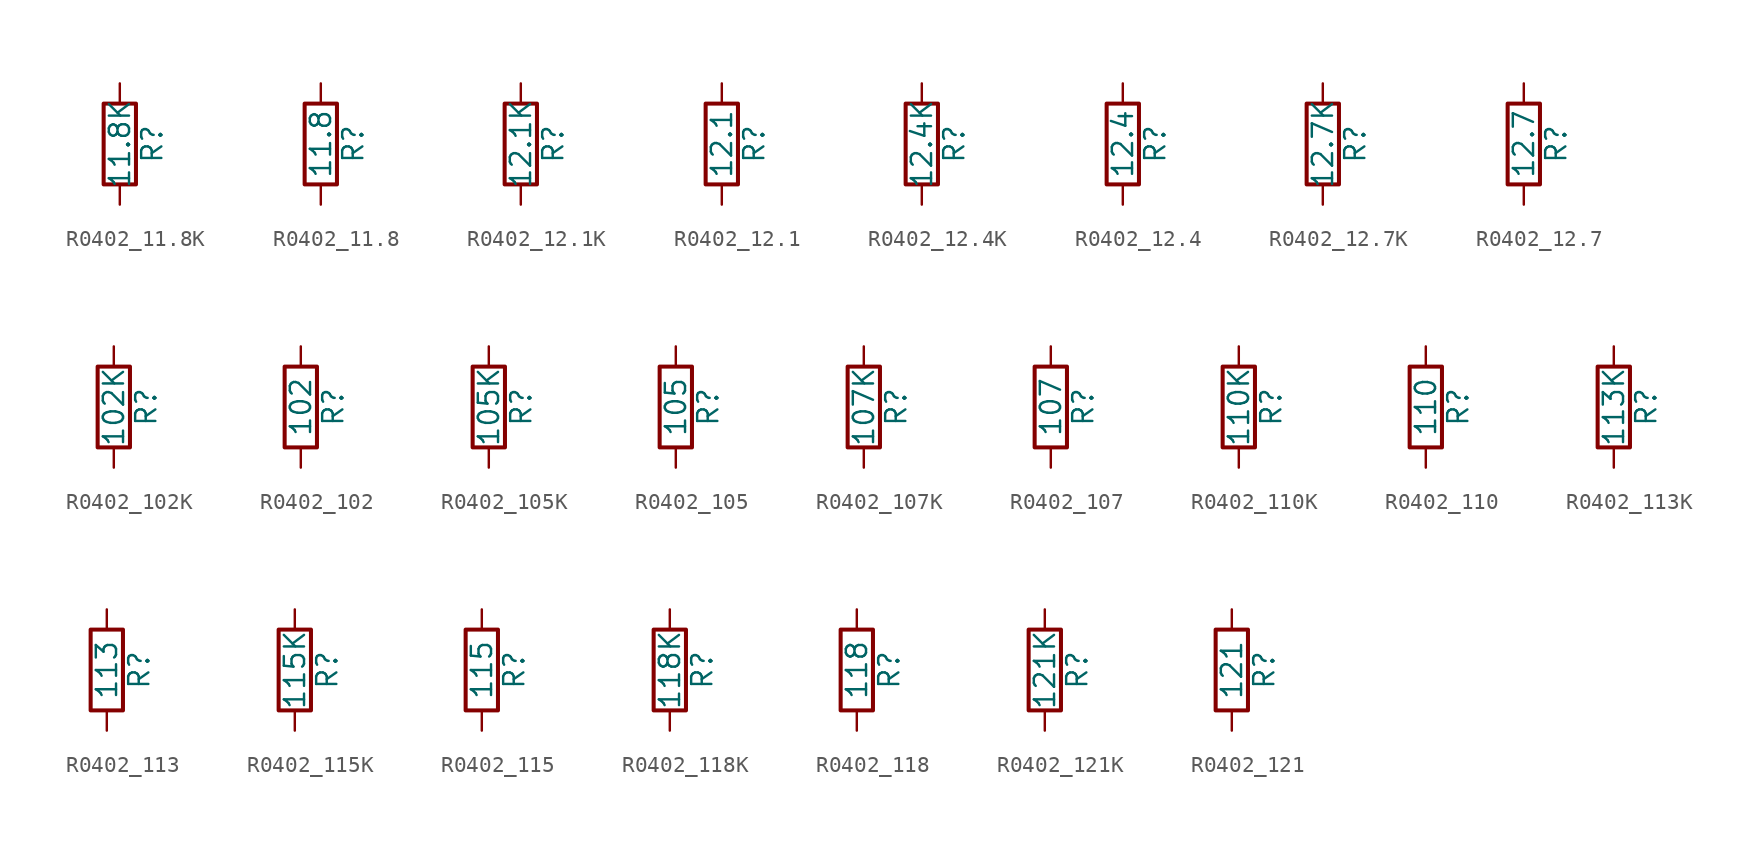
<source format=kicad_sym>
(kicad_symbol_lib
  (version 20211014)
  (generator atlantix-eda)
  (symbol "R0402_11.8K"
    (pin_numbers hide)
    (pin_names
      (offset 0))
    (property "Reference" "R"
      (at 2.032 0 90)
      (effects (font (size 1.27 1.27))))
    (property "Value" "11.8K"
      (at 0 0 90)
      (effects (font (size 1.27 1.27))))
    (symbol "R0402_11.8K_0_1"
      (rectangle (start -1.016 -2.54) (end 1.016 2.54) (stroke (width 0.254) (type default) (color 0 0 0 0)) (fill (type none))))
    (symbol "R0402_11.8K_1_1"
      (pin passive line (at 0 3.81 270) (length 1.27) (name "~" (effects (font (size 1.27 1.27)))) (number "1" (effects (font (size 1.27 1.27)))))
      (pin passive line (at 0 -3.81 90) (length 1.27) (name "~" (effects (font (size 1.27 1.27)))) (number "2" (effects (font (size 1.27 1.27)))))))
  (symbol "R0402_11.8"
    (pin_numbers hide)
    (pin_names
      (offset 0))
    (property "Reference" "R"
      (at 2.032 0 90)
      (effects (font (size 1.27 1.27))))
    (property "Value" "11.8"
      (at 0 0 90)
      (effects (font (size 1.27 1.27))))
    (symbol "R0402_11.8_0_1"
      (rectangle (start -1.016 -2.54) (end 1.016 2.54) (stroke (width 0.254) (type default) (color 0 0 0 0)) (fill (type none))))
    (symbol "R0402_11.8_1_1"
      (pin passive line (at 0 3.81 270) (length 1.27) (name "~" (effects (font (size 1.27 1.27)))) (number "1" (effects (font (size 1.27 1.27)))))
      (pin passive line (at 0 -3.81 90) (length 1.27) (name "~" (effects (font (size 1.27 1.27)))) (number "2" (effects (font (size 1.27 1.27)))))))
  (symbol "R0402_12.1K"
    (pin_numbers hide)
    (pin_names
      (offset 0))
    (property "Reference" "R"
      (at 2.032 0 90)
      (effects (font (size 1.27 1.27))))
    (property "Value" "12.1K"
      (at 0 0 90)
      (effects (font (size 1.27 1.27))))
    (symbol "R0402_12.1K_0_1"
      (rectangle (start -1.016 -2.54) (end 1.016 2.54) (stroke (width 0.254) (type default) (color 0 0 0 0)) (fill (type none))))
    (symbol "R0402_12.1K_1_1"
      (pin passive line (at 0 3.81 270) (length 1.27) (name "~" (effects (font (size 1.27 1.27)))) (number "1" (effects (font (size 1.27 1.27)))))
      (pin passive line (at 0 -3.81 90) (length 1.27) (name "~" (effects (font (size 1.27 1.27)))) (number "2" (effects (font (size 1.27 1.27)))))))
  (symbol "R0402_12.1"
    (pin_numbers hide)
    (pin_names
      (offset 0))
    (property "Reference" "R"
      (at 2.032 0 90)
      (effects (font (size 1.27 1.27))))
    (property "Value" "12.1"
      (at 0 0 90)
      (effects (font (size 1.27 1.27))))
    (symbol "R0402_12.1_0_1"
      (rectangle (start -1.016 -2.54) (end 1.016 2.54) (stroke (width 0.254) (type default) (color 0 0 0 0)) (fill (type none))))
    (symbol "R0402_12.1_1_1"
      (pin passive line (at 0 3.81 270) (length 1.27) (name "~" (effects (font (size 1.27 1.27)))) (number "1" (effects (font (size 1.27 1.27)))))
      (pin passive line (at 0 -3.81 90) (length 1.27) (name "~" (effects (font (size 1.27 1.27)))) (number "2" (effects (font (size 1.27 1.27)))))))
  (symbol "R0402_12.4K"
    (pin_numbers hide)
    (pin_names
      (offset 0))
    (property "Reference" "R"
      (at 2.032 0 90)
      (effects (font (size 1.27 1.27))))
    (property "Value" "12.4K"
      (at 0 0 90)
      (effects (font (size 1.27 1.27))))
    (symbol "R0402_12.4K_0_1"
      (rectangle (start -1.016 -2.54) (end 1.016 2.54) (stroke (width 0.254) (type default) (color 0 0 0 0)) (fill (type none))))
    (symbol "R0402_12.4K_1_1"
      (pin passive line (at 0 3.81 270) (length 1.27) (name "~" (effects (font (size 1.27 1.27)))) (number "1" (effects (font (size 1.27 1.27)))))
      (pin passive line (at 0 -3.81 90) (length 1.27) (name "~" (effects (font (size 1.27 1.27)))) (number "2" (effects (font (size 1.27 1.27)))))))
  (symbol "R0402_12.4"
    (pin_numbers hide)
    (pin_names
      (offset 0))
    (property "Reference" "R"
      (at 2.032 0 90)
      (effects (font (size 1.27 1.27))))
    (property "Value" "12.4"
      (at 0 0 90)
      (effects (font (size 1.27 1.27))))
    (symbol "R0402_12.4_0_1"
      (rectangle (start -1.016 -2.54) (end 1.016 2.54) (stroke (width 0.254) (type default) (color 0 0 0 0)) (fill (type none))))
    (symbol "R0402_12.4_1_1"
      (pin passive line (at 0 3.81 270) (length 1.27) (name "~" (effects (font (size 1.27 1.27)))) (number "1" (effects (font (size 1.27 1.27)))))
      (pin passive line (at 0 -3.81 90) (length 1.27) (name "~" (effects (font (size 1.27 1.27)))) (number "2" (effects (font (size 1.27 1.27)))))))
  (symbol "R0402_12.7K"
    (pin_numbers hide)
    (pin_names
      (offset 0))
    (property "Reference" "R"
      (at 2.032 0 90)
      (effects (font (size 1.27 1.27))))
    (property "Value" "12.7K"
      (at 0 0 90)
      (effects (font (size 1.27 1.27))))
    (symbol "R0402_12.7K_0_1"
      (rectangle (start -1.016 -2.54) (end 1.016 2.54) (stroke (width 0.254) (type default) (color 0 0 0 0)) (fill (type none))))
    (symbol "R0402_12.7K_1_1"
      (pin passive line (at 0 3.81 270) (length 1.27) (name "~" (effects (font (size 1.27 1.27)))) (number "1" (effects (font (size 1.27 1.27)))))
      (pin passive line (at 0 -3.81 90) (length 1.27) (name "~" (effects (font (size 1.27 1.27)))) (number "2" (effects (font (size 1.27 1.27)))))))
  (symbol "R0402_12.7"
    (pin_numbers hide)
    (pin_names
      (offset 0))
    (property "Reference" "R"
      (at 2.032 0 90)
      (effects (font (size 1.27 1.27))))
    (property "Value" "12.7"
      (at 0 0 90)
      (effects (font (size 1.27 1.27))))
    (symbol "R0402_12.7_0_1"
      (rectangle (start -1.016 -2.54) (end 1.016 2.54) (stroke (width 0.254) (type default) (color 0 0 0 0)) (fill (type none))))
    (symbol "R0402_12.7_1_1"
      (pin passive line (at 0 3.81 270) (length 1.27) (name "~" (effects (font (size 1.27 1.27)))) (number "1" (effects (font (size 1.27 1.27)))))
      (pin passive line (at 0 -3.81 90) (length 1.27) (name "~" (effects (font (size 1.27 1.27)))) (number "2" (effects (font (size 1.27 1.27)))))))
  (symbol "R0402_102K"
    (pin_numbers hide)
    (pin_names
      (offset 0))
    (property "Reference" "R"
      (at 2.032 0 90)
      (effects (font (size 1.27 1.27))))
    (property "Value" "102K"
      (at 0 0 90)
      (effects (font (size 1.27 1.27))))
    (symbol "R0402_102K_0_1"
      (rectangle (start -1.016 -2.54) (end 1.016 2.54) (stroke (width 0.254) (type default) (color 0 0 0 0)) (fill (type none))))
    (symbol "R0402_102K_1_1"
      (pin passive line (at 0 3.81 270) (length 1.27) (name "~" (effects (font (size 1.27 1.27)))) (number "1" (effects (font (size 1.27 1.27)))))
      (pin passive line (at 0 -3.81 90) (length 1.27) (name "~" (effects (font (size 1.27 1.27)))) (number "2" (effects (font (size 1.27 1.27)))))))
  (symbol "R0402_102"
    (pin_numbers hide)
    (pin_names
      (offset 0))
    (property "Reference" "R"
      (at 2.032 0 90)
      (effects (font (size 1.27 1.27))))
    (property "Value" "102"
      (at 0 0 90)
      (effects (font (size 1.27 1.27))))
    (symbol "R0402_102_0_1"
      (rectangle (start -1.016 -2.54) (end 1.016 2.54) (stroke (width 0.254) (type default) (color 0 0 0 0)) (fill (type none))))
    (symbol "R0402_102_1_1"
      (pin passive line (at 0 3.81 270) (length 1.27) (name "~" (effects (font (size 1.27 1.27)))) (number "1" (effects (font (size 1.27 1.27)))))
      (pin passive line (at 0 -3.81 90) (length 1.27) (name "~" (effects (font (size 1.27 1.27)))) (number "2" (effects (font (size 1.27 1.27)))))))
  (symbol "R0402_105K"
    (pin_numbers hide)
    (pin_names
      (offset 0))
    (property "Reference" "R"
      (at 2.032 0 90)
      (effects (font (size 1.27 1.27))))
    (property "Value" "105K"
      (at 0 0 90)
      (effects (font (size 1.27 1.27))))
    (symbol "R0402_105K_0_1"
      (rectangle (start -1.016 -2.54) (end 1.016 2.54) (stroke (width 0.254) (type default) (color 0 0 0 0)) (fill (type none))))
    (symbol "R0402_105K_1_1"
      (pin passive line (at 0 3.81 270) (length 1.27) (name "~" (effects (font (size 1.27 1.27)))) (number "1" (effects (font (size 1.27 1.27)))))
      (pin passive line (at 0 -3.81 90) (length 1.27) (name "~" (effects (font (size 1.27 1.27)))) (number "2" (effects (font (size 1.27 1.27)))))))
  (symbol "R0402_105"
    (pin_numbers hide)
    (pin_names
      (offset 0))
    (property "Reference" "R"
      (at 2.032 0 90)
      (effects (font (size 1.27 1.27))))
    (property "Value" "105"
      (at 0 0 90)
      (effects (font (size 1.27 1.27))))
    (symbol "R0402_105_0_1"
      (rectangle (start -1.016 -2.54) (end 1.016 2.54) (stroke (width 0.254) (type default) (color 0 0 0 0)) (fill (type none))))
    (symbol "R0402_105_1_1"
      (pin passive line (at 0 3.81 270) (length 1.27) (name "~" (effects (font (size 1.27 1.27)))) (number "1" (effects (font (size 1.27 1.27)))))
      (pin passive line (at 0 -3.81 90) (length 1.27) (name "~" (effects (font (size 1.27 1.27)))) (number "2" (effects (font (size 1.27 1.27)))))))
  (symbol "R0402_107K"
    (pin_numbers hide)
    (pin_names
      (offset 0))
    (property "Reference" "R"
      (at 2.032 0 90)
      (effects (font (size 1.27 1.27))))
    (property "Value" "107K"
      (at 0 0 90)
      (effects (font (size 1.27 1.27))))
    (symbol "R0402_107K_0_1"
      (rectangle (start -1.016 -2.54) (end 1.016 2.54) (stroke (width 0.254) (type default) (color 0 0 0 0)) (fill (type none))))
    (symbol "R0402_107K_1_1"
      (pin passive line (at 0 3.81 270) (length 1.27) (name "~" (effects (font (size 1.27 1.27)))) (number "1" (effects (font (size 1.27 1.27)))))
      (pin passive line (at 0 -3.81 90) (length 1.27) (name "~" (effects (font (size 1.27 1.27)))) (number "2" (effects (font (size 1.27 1.27)))))))
  (symbol "R0402_107"
    (pin_numbers hide)
    (pin_names
      (offset 0))
    (property "Reference" "R"
      (at 2.032 0 90)
      (effects (font (size 1.27 1.27))))
    (property "Value" "107"
      (at 0 0 90)
      (effects (font (size 1.27 1.27))))
    (symbol "R0402_107_0_1"
      (rectangle (start -1.016 -2.54) (end 1.016 2.54) (stroke (width 0.254) (type default) (color 0 0 0 0)) (fill (type none))))
    (symbol "R0402_107_1_1"
      (pin passive line (at 0 3.81 270) (length 1.27) (name "~" (effects (font (size 1.27 1.27)))) (number "1" (effects (font (size 1.27 1.27)))))
      (pin passive line (at 0 -3.81 90) (length 1.27) (name "~" (effects (font (size 1.27 1.27)))) (number "2" (effects (font (size 1.27 1.27)))))))
  (symbol "R0402_110K"
    (pin_numbers hide)
    (pin_names
      (offset 0))
    (property "Reference" "R"
      (at 2.032 0 90)
      (effects (font (size 1.27 1.27))))
    (property "Value" "110K"
      (at 0 0 90)
      (effects (font (size 1.27 1.27))))
    (symbol "R0402_110K_0_1"
      (rectangle (start -1.016 -2.54) (end 1.016 2.54) (stroke (width 0.254) (type default) (color 0 0 0 0)) (fill (type none))))
    (symbol "R0402_110K_1_1"
      (pin passive line (at 0 3.81 270) (length 1.27) (name "~" (effects (font (size 1.27 1.27)))) (number "1" (effects (font (size 1.27 1.27)))))
      (pin passive line (at 0 -3.81 90) (length 1.27) (name "~" (effects (font (size 1.27 1.27)))) (number "2" (effects (font (size 1.27 1.27)))))))
  (symbol "R0402_110"
    (pin_numbers hide)
    (pin_names
      (offset 0))
    (property "Reference" "R"
      (at 2.032 0 90)
      (effects (font (size 1.27 1.27))))
    (property "Value" "110"
      (at 0 0 90)
      (effects (font (size 1.27 1.27))))
    (symbol "R0402_110_0_1"
      (rectangle (start -1.016 -2.54) (end 1.016 2.54) (stroke (width 0.254) (type default) (color 0 0 0 0)) (fill (type none))))
    (symbol "R0402_110_1_1"
      (pin passive line (at 0 3.81 270) (length 1.27) (name "~" (effects (font (size 1.27 1.27)))) (number "1" (effects (font (size 1.27 1.27)))))
      (pin passive line (at 0 -3.81 90) (length 1.27) (name "~" (effects (font (size 1.27 1.27)))) (number "2" (effects (font (size 1.27 1.27)))))))
  (symbol "R0402_113K"
    (pin_numbers hide)
    (pin_names
      (offset 0))
    (property "Reference" "R"
      (at 2.032 0 90)
      (effects (font (size 1.27 1.27))))
    (property "Value" "113K"
      (at 0 0 90)
      (effects (font (size 1.27 1.27))))
    (symbol "R0402_113K_0_1"
      (rectangle (start -1.016 -2.54) (end 1.016 2.54) (stroke (width 0.254) (type default) (color 0 0 0 0)) (fill (type none))))
    (symbol "R0402_113K_1_1"
      (pin passive line (at 0 3.81 270) (length 1.27) (name "~" (effects (font (size 1.27 1.27)))) (number "1" (effects (font (size 1.27 1.27)))))
      (pin passive line (at 0 -3.81 90) (length 1.27) (name "~" (effects (font (size 1.27 1.27)))) (number "2" (effects (font (size 1.27 1.27)))))))
  (symbol "R0402_113"
    (pin_numbers hide)
    (pin_names
      (offset 0))
    (property "Reference" "R"
      (at 2.032 0 90)
      (effects (font (size 1.27 1.27))))
    (property "Value" "113"
      (at 0 0 90)
      (effects (font (size 1.27 1.27))))
    (symbol "R0402_113_0_1"
      (rectangle (start -1.016 -2.54) (end 1.016 2.54) (stroke (width 0.254) (type default) (color 0 0 0 0)) (fill (type none))))
    (symbol "R0402_113_1_1"
      (pin passive line (at 0 3.81 270) (length 1.27) (name "~" (effects (font (size 1.27 1.27)))) (number "1" (effects (font (size 1.27 1.27)))))
      (pin passive line (at 0 -3.81 90) (length 1.27) (name "~" (effects (font (size 1.27 1.27)))) (number "2" (effects (font (size 1.27 1.27)))))))
  (symbol "R0402_115K"
    (pin_numbers hide)
    (pin_names
      (offset 0))
    (property "Reference" "R"
      (at 2.032 0 90)
      (effects (font (size 1.27 1.27))))
    (property "Value" "115K"
      (at 0 0 90)
      (effects (font (size 1.27 1.27))))
    (symbol "R0402_115K_0_1"
      (rectangle (start -1.016 -2.54) (end 1.016 2.54) (stroke (width 0.254) (type default) (color 0 0 0 0)) (fill (type none))))
    (symbol "R0402_115K_1_1"
      (pin passive line (at 0 3.81 270) (length 1.27) (name "~" (effects (font (size 1.27 1.27)))) (number "1" (effects (font (size 1.27 1.27)))))
      (pin passive line (at 0 -3.81 90) (length 1.27) (name "~" (effects (font (size 1.27 1.27)))) (number "2" (effects (font (size 1.27 1.27)))))))
  (symbol "R0402_115"
    (pin_numbers hide)
    (pin_names
      (offset 0))
    (property "Reference" "R"
      (at 2.032 0 90)
      (effects (font (size 1.27 1.27))))
    (property "Value" "115"
      (at 0 0 90)
      (effects (font (size 1.27 1.27))))
    (symbol "R0402_115_0_1"
      (rectangle (start -1.016 -2.54) (end 1.016 2.54) (stroke (width 0.254) (type default) (color 0 0 0 0)) (fill (type none))))
    (symbol "R0402_115_1_1"
      (pin passive line (at 0 3.81 270) (length 1.27) (name "~" (effects (font (size 1.27 1.27)))) (number "1" (effects (font (size 1.27 1.27)))))
      (pin passive line (at 0 -3.81 90) (length 1.27) (name "~" (effects (font (size 1.27 1.27)))) (number "2" (effects (font (size 1.27 1.27)))))))
  (symbol "R0402_118K"
    (pin_numbers hide)
    (pin_names
      (offset 0))
    (property "Reference" "R"
      (at 2.032 0 90)
      (effects (font (size 1.27 1.27))))
    (property "Value" "118K"
      (at 0 0 90)
      (effects (font (size 1.27 1.27))))
    (symbol "R0402_118K_0_1"
      (rectangle (start -1.016 -2.54) (end 1.016 2.54) (stroke (width 0.254) (type default) (color 0 0 0 0)) (fill (type none))))
    (symbol "R0402_118K_1_1"
      (pin passive line (at 0 3.81 270) (length 1.27) (name "~" (effects (font (size 1.27 1.27)))) (number "1" (effects (font (size 1.27 1.27)))))
      (pin passive line (at 0 -3.81 90) (length 1.27) (name "~" (effects (font (size 1.27 1.27)))) (number "2" (effects (font (size 1.27 1.27)))))))
  (symbol "R0402_118"
    (pin_numbers hide)
    (pin_names
      (offset 0))
    (property "Reference" "R"
      (at 2.032 0 90)
      (effects (font (size 1.27 1.27))))
    (property "Value" "118"
      (at 0 0 90)
      (effects (font (size 1.27 1.27))))
    (symbol "R0402_118_0_1"
      (rectangle (start -1.016 -2.54) (end 1.016 2.54) (stroke (width 0.254) (type default) (color 0 0 0 0)) (fill (type none))))
    (symbol "R0402_118_1_1"
      (pin passive line (at 0 3.81 270) (length 1.27) (name "~" (effects (font (size 1.27 1.27)))) (number "1" (effects (font (size 1.27 1.27)))))
      (pin passive line (at 0 -3.81 90) (length 1.27) (name "~" (effects (font (size 1.27 1.27)))) (number "2" (effects (font (size 1.27 1.27)))))))
  (symbol "R0402_121K"
    (pin_numbers hide)
    (pin_names
      (offset 0))
    (property "Reference" "R"
      (at 2.032 0 90)
      (effects (font (size 1.27 1.27))))
    (property "Value" "121K"
      (at 0 0 90)
      (effects (font (size 1.27 1.27))))
    (symbol "R0402_121K_0_1"
      (rectangle (start -1.016 -2.54) (end 1.016 2.54) (stroke (width 0.254) (type default) (color 0 0 0 0)) (fill (type none))))
    (symbol "R0402_121K_1_1"
      (pin passive line (at 0 3.81 270) (length 1.27) (name "~" (effects (font (size 1.27 1.27)))) (number "1" (effects (font (size 1.27 1.27)))))
      (pin passive line (at 0 -3.81 90) (length 1.27) (name "~" (effects (font (size 1.27 1.27)))) (number "2" (effects (font (size 1.27 1.27)))))))
  (symbol "R0402_121"
    (pin_numbers hide)
    (pin_names
      (offset 0))
    (property "Reference" "R"
      (at 2.032 0 90)
      (effects (font (size 1.27 1.27))))
    (property "Value" "121"
      (at 0 0 90)
      (effects (font (size 1.27 1.27))))
    (symbol "R0402_121_0_1"
      (rectangle (start -1.016 -2.54) (end 1.016 2.54) (stroke (width 0.254) (type default) (color 0 0 0 0)) (fill (type none))))
    (symbol "R0402_121_1_1"
      (pin passive line (at 0 3.81 270) (length 1.27) (name "~" (effects (font (size 1.27 1.27)))) (number "1" (effects (font (size 1.27 1.27)))))
      (pin passive line (at 0 -3.81 90) (length 1.27) (name "~" (effects (font (size 1.27 1.27)))) (number "2" (effects (font (size 1.27 1.27))))))))
</source>
